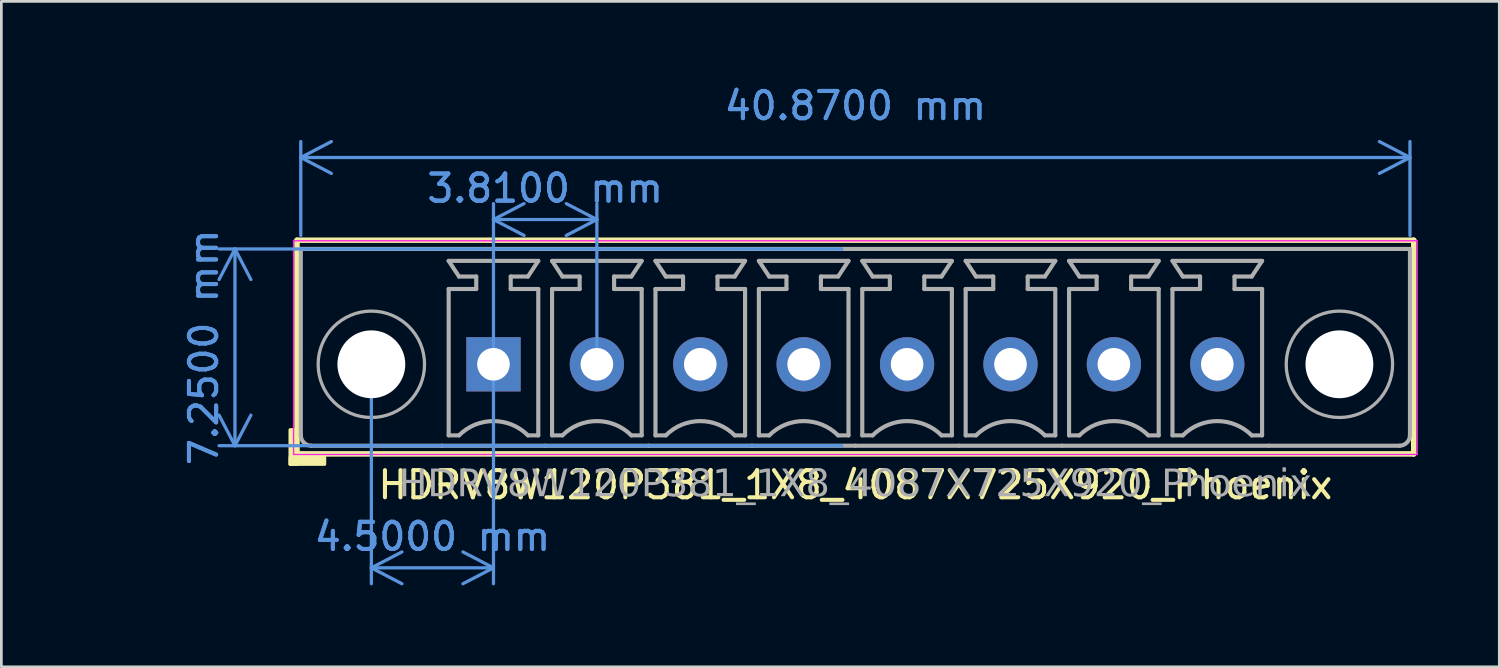
<source format=kicad_pcb>
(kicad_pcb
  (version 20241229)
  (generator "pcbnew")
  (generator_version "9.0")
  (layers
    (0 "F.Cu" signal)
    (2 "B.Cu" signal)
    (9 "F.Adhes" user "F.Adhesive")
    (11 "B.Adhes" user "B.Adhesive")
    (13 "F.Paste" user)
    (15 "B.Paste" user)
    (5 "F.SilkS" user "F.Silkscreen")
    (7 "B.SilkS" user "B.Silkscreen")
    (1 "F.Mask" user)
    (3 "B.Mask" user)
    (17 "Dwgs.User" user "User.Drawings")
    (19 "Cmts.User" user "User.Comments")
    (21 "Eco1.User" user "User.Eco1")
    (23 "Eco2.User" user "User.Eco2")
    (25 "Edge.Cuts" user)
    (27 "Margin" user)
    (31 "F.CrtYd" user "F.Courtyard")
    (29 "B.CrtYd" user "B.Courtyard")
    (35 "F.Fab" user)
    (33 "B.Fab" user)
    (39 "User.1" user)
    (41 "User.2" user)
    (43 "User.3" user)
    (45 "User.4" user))
  (footprint "HDRV8W120P381_1X8_4087X725X920_Phoenix"
    (layer "F.Cu")
    (at 28.468 10.373)
    (property "Reference" "HDRV8W120P381_1X8_4087X725X920_Phoenix" (at 0 4.445 0) (layer "F.SilkS") (effects (font (size 1 1) (thickness 0.15))))
    (attr through_hole)
    (fp_line (start -20.574 -4.572) (end -20.574 3.302) (stroke (width 0.203) (type solid)) (layer "F.SilkS"))
    (fp_line (start -20.574 3.302) (end 20.574 3.302) (stroke (width 0.203) (type solid)) (layer "F.SilkS"))
    (fp_line (start 20.574 -4.572) (end -20.574 -4.572) (stroke (width 0.203) (type solid)) (layer "F.SilkS"))
    (fp_line (start 20.574 -4.572) (end 20.574 3.302) (stroke (width 0.203) (type solid)) (layer "F.SilkS"))
    (fp_rect (start -20.574 2.413) (end -20.828 3.683) (stroke (width 0.12) (type solid)) (fill yes) (layer "F.SilkS"))
    (fp_rect (start -19.558 3.683) (end -20.828 3.429) (stroke (width 0.12) (type solid)) (fill yes) (layer "F.SilkS"))
    (fp_line (start -20.701 3.322) (end -20.701 -4.552) (stroke (width 0.05) (type solid)) (layer "F.CrtYd"))
    (fp_line (start 20.701 -4.552) (end -20.701 -4.552) (stroke (width 0.05) (type solid)) (layer "F.CrtYd"))
    (fp_line (start 20.701 3.322) (end -20.701 3.322) (stroke (width 0.05) (type solid)) (layer "F.CrtYd"))
    (fp_line (start 20.701 3.322) (end 20.701 -4.552) (stroke (width 0.05) (type solid)) (layer "F.CrtYd"))
    (fp_line (start -20.435 -4.25) (end -20.435 2.6) (stroke (width 0.152) (type solid)) (layer "F.Fab"))
    (fp_line (start -20.435 -4.25) (end -15.24 -4.25) (stroke (width 0.152) (type solid)) (layer "F.Fab"))
    (fp_line (start -15.24 3) (end -20.054 3) (stroke (width 0.152) (type solid)) (layer "F.Fab"))
    (fp_line (start -14.986 -3.81) (end -11.684 -3.81) (stroke (width 0.152) (type default)) (layer "F.Fab"))
    (fp_line (start -14.986 -2.774) (end -13.97 -2.774) (stroke (width 0.152) (type default)) (layer "F.Fab"))
    (fp_line (start -14.986 2.619) (end -14.986 -2.774) (stroke (width 0.152) (type default)) (layer "F.Fab"))
    (fp_line (start -14.605 -3.234) (end -14.986 -3.81) (stroke (width 0.152) (type default)) (layer "F.Fab"))
    (fp_line (start -14.605 2.619) (end -14.986 2.619) (stroke (width 0.152) (type default)) (layer "F.Fab"))
    (fp_line (start -13.97 -3.234) (end -14.605 -3.234) (stroke (width 0.152) (type default)) (layer "F.Fab"))
    (fp_line (start -13.97 -2.774) (end -13.97 -3.234) (stroke (width 0.152) (type default)) (layer "F.Fab"))
    (fp_line (start -12.7 -3.234) (end -12.065 -3.234) (stroke (width 0.152) (type default)) (layer "F.Fab"))
    (fp_line (start -12.7 -2.774) (end -12.7 -3.234) (stroke (width 0.152) (type default)) (layer "F.Fab"))
    (fp_line (start -12.065 -3.234) (end -11.684 -3.81) (stroke (width 0.152) (type default)) (layer "F.Fab"))
    (fp_line (start -12.065 2.619) (end -11.684 2.619) (stroke (width 0.152) (type default)) (layer "F.Fab"))
    (fp_line (start -11.684 -2.774) (end -12.7 -2.774) (stroke (width 0.152) (type default)) (layer "F.Fab"))
    (fp_line (start -11.684 2.619) (end -11.684 -2.774) (stroke (width 0.152) (type default)) (layer "F.Fab"))
    (fp_line (start -11.43 -4.25) (end -15.24 -4.25) (stroke (width 0.152) (type solid)) (layer "F.Fab"))
    (fp_line (start -11.43 -4.25) (end -7.62 -4.25) (stroke (width 0.152) (type solid)) (layer "F.Fab"))
    (fp_line (start -11.43 3) (end -15.24 3) (stroke (width 0.152) (type solid)) (layer "F.Fab"))
    (fp_line (start -11.43 3) (end -7.62 3) (stroke (width 0.152) (type solid)) (layer "F.Fab"))
    (fp_line (start -11.176 -2.774) (end -10.16 -2.774) (stroke (width 0.152) (type default)) (layer "F.Fab"))
    (fp_line (start -11.176 2.619) (end -11.176 -2.774) (stroke (width 0.152) (type default)) (layer "F.Fab"))
    (fp_line (start -10.795 -3.234) (end -11.176 -3.81) (stroke (width 0.152) (type default)) (layer "F.Fab"))
    (fp_line (start -10.795 2.619) (end -11.176 2.619) (stroke (width 0.152) (type default)) (layer "F.Fab"))
    (fp_line (start -10.16 -3.234) (end -10.795 -3.234) (stroke (width 0.152) (type default)) (layer "F.Fab"))
    (fp_line (start -10.16 -2.774) (end -10.16 -3.234) (stroke (width 0.152) (type default)) (layer "F.Fab"))
    (fp_line (start -8.89 -3.234) (end -8.255 -3.234) (stroke (width 0.152) (type default)) (layer "F.Fab"))
    (fp_line (start -8.89 -2.774) (end -8.89 -3.234) (stroke (width 0.152) (type default)) (layer "F.Fab"))
    (fp_line (start -8.255 -3.234) (end -7.874 -3.81) (stroke (width 0.152) (type default)) (layer "F.Fab"))
    (fp_line (start -8.255 2.619) (end -7.874 2.619) (stroke (width 0.152) (type default)) (layer "F.Fab"))
    (fp_line (start -7.874 -3.81) (end -11.176 -3.81) (stroke (width 0.152) (type default)) (layer "F.Fab"))
    (fp_line (start -7.874 -2.774) (end -8.89 -2.774) (stroke (width 0.152) (type default)) (layer "F.Fab"))
    (fp_line (start -7.874 2.619) (end -7.874 -2.774) (stroke (width 0.152) (type default)) (layer "F.Fab"))
    (fp_line (start -7.62 -4.25) (end -3.81 -4.25) (stroke (width 0.152) (type solid)) (layer "F.Fab"))
    (fp_line (start -7.62 3) (end -3.81 3) (stroke (width 0.152) (type solid)) (layer "F.Fab"))
    (fp_line (start -7.366 -2.774) (end -6.35 -2.774) (stroke (width 0.152) (type default)) (layer "F.Fab"))
    (fp_line (start -7.366 2.619) (end -7.366 -2.774) (stroke (width 0.152) (type default)) (layer "F.Fab"))
    (fp_line (start -6.985 -3.234) (end -7.366 -3.81) (stroke (width 0.152) (type default)) (layer "F.Fab"))
    (fp_line (start -6.985 2.619) (end -7.366 2.619) (stroke (width 0.152) (type default)) (layer "F.Fab"))
    (fp_line (start -6.35 -3.234) (end -6.985 -3.234) (stroke (width 0.152) (type default)) (layer "F.Fab"))
    (fp_line (start -6.35 -2.774) (end -6.35 -3.234) (stroke (width 0.152) (type default)) (layer "F.Fab"))
    (fp_line (start -5.08 -3.234) (end -4.445 -3.234) (stroke (width 0.152) (type default)) (layer "F.Fab"))
    (fp_line (start -5.08 -2.774) (end -5.08 -3.234) (stroke (width 0.152) (type default)) (layer "F.Fab"))
    (fp_line (start -4.445 -3.234) (end -4.064 -3.81) (stroke (width 0.152) (type default)) (layer "F.Fab"))
    (fp_line (start -4.445 2.619) (end -4.064 2.619) (stroke (width 0.152) (type default)) (layer "F.Fab"))
    (fp_line (start -4.064 -3.81) (end -7.366 -3.81) (stroke (width 0.152) (type default)) (layer "F.Fab"))
    (fp_line (start -4.064 -2.774) (end -5.08 -2.774) (stroke (width 0.152) (type default)) (layer "F.Fab"))
    (fp_line (start -4.064 2.619) (end -4.064 -2.774) (stroke (width 0.152) (type default)) (layer "F.Fab"))
    (fp_line (start -3.81 -4.25) (end 0 -4.25) (stroke (width 0.152) (type solid)) (layer "F.Fab"))
    (fp_line (start -3.81 3) (end 0 3) (stroke (width 0.152) (type solid)) (layer "F.Fab"))
    (fp_line (start -3.556 -2.774) (end -2.54 -2.774) (stroke (width 0.152) (type default)) (layer "F.Fab"))
    (fp_line (start -3.556 2.619) (end -3.556 -2.774) (stroke (width 0.152) (type default)) (layer "F.Fab"))
    (fp_line (start -3.175 -3.234) (end -3.556 -3.81) (stroke (width 0.152) (type default)) (layer "F.Fab"))
    (fp_line (start -3.175 2.619) (end -3.556 2.619) (stroke (width 0.152) (type default)) (layer "F.Fab"))
    (fp_line (start -2.54 -3.234) (end -3.175 -3.234) (stroke (width 0.152) (type default)) (layer "F.Fab"))
    (fp_line (start -2.54 -2.774) (end -2.54 -3.234) (stroke (width 0.152) (type default)) (layer "F.Fab"))
    (fp_line (start -1.27 -3.234) (end -0.635 -3.234) (stroke (width 0.152) (type default)) (layer "F.Fab"))
    (fp_line (start -1.27 -2.774) (end -1.27 -3.234) (stroke (width 0.152) (type default)) (layer "F.Fab"))
    (fp_line (start -0.635 -3.234) (end -0.254 -3.81) (stroke (width 0.152) (type default)) (layer "F.Fab"))
    (fp_line (start -0.635 2.619) (end -0.254 2.619) (stroke (width 0.152) (type default)) (layer "F.Fab"))
    (fp_line (start -0.254 -3.81) (end -3.556 -3.81) (stroke (width 0.152) (type default)) (layer "F.Fab"))
    (fp_line (start -0.254 -2.774) (end -1.27 -2.774) (stroke (width 0.152) (type default)) (layer "F.Fab"))
    (fp_line (start -0.254 2.619) (end -0.254 -2.774) (stroke (width 0.152) (type default)) (layer "F.Fab"))
    (fp_line (start 0 -4.25) (end 3.81 -4.25) (stroke (width 0.152) (type solid)) (layer "F.Fab"))
    (fp_line (start 0 3) (end 3.81 3) (stroke (width 0.152) (type solid)) (layer "F.Fab"))
    (fp_line (start 0.254 -2.774) (end 1.27 -2.774) (stroke (width 0.152) (type default)) (layer "F.Fab"))
    (fp_line (start 0.254 2.619) (end 0.254 -2.774) (stroke (width 0.152) (type default)) (layer "F.Fab"))
    (fp_line (start 0.635 -3.234) (end 0.254 -3.81) (stroke (width 0.152) (type default)) (layer "F.Fab"))
    (fp_line (start 0.635 2.619) (end 0.254 2.619) (stroke (width 0.152) (type default)) (layer "F.Fab"))
    (fp_line (start 1.27 -3.234) (end 0.635 -3.234) (stroke (width 0.152) (type default)) (layer "F.Fab"))
    (fp_line (start 1.27 -2.774) (end 1.27 -3.234) (stroke (width 0.152) (type default)) (layer "F.Fab"))
    (fp_line (start 2.54 -3.234) (end 3.175 -3.234) (stroke (width 0.152) (type default)) (layer "F.Fab"))
    (fp_line (start 2.54 -2.774) (end 2.54 -3.234) (stroke (width 0.152) (type default)) (layer "F.Fab"))
    (fp_line (start 3.175 -3.234) (end 3.556 -3.81) (stroke (width 0.152) (type default)) (layer "F.Fab"))
    (fp_line (start 3.175 2.619) (end 3.556 2.619) (stroke (width 0.152) (type default)) (layer "F.Fab"))
    (fp_line (start 3.556 -3.81) (end 0.254 -3.81) (stroke (width 0.152) (type default)) (layer "F.Fab"))
    (fp_line (start 3.556 -2.774) (end 2.54 -2.774) (stroke (width 0.152) (type default)) (layer "F.Fab"))
    (fp_line (start 3.556 2.619) (end 3.556 -2.774) (stroke (width 0.152) (type default)) (layer "F.Fab"))
    (fp_line (start 3.81 -4.25) (end 7.62 -4.25) (stroke (width 0.152) (type solid)) (layer "F.Fab"))
    (fp_line (start 3.81 3) (end 7.62 3) (stroke (width 0.152) (type solid)) (layer "F.Fab"))
    (fp_line (start 4.064 -2.774) (end 5.08 -2.774) (stroke (width 0.152) (type default)) (layer "F.Fab"))
    (fp_line (start 4.064 2.619) (end 4.064 -2.774) (stroke (width 0.152) (type default)) (layer "F.Fab"))
    (fp_line (start 4.445 -3.234) (end 4.064 -3.81) (stroke (width 0.152) (type default)) (layer "F.Fab"))
    (fp_line (start 4.445 2.619) (end 4.064 2.619) (stroke (width 0.152) (type default)) (layer "F.Fab"))
    (fp_line (start 5.08 -3.234) (end 4.445 -3.234) (stroke (width 0.152) (type default)) (layer "F.Fab"))
    (fp_line (start 5.08 -2.774) (end 5.08 -3.234) (stroke (width 0.152) (type default)) (layer "F.Fab"))
    (fp_line (start 6.35 -3.234) (end 6.985 -3.234) (stroke (width 0.152) (type default)) (layer "F.Fab"))
    (fp_line (start 6.35 -2.774) (end 6.35 -3.234) (stroke (width 0.152) (type default)) (layer "F.Fab"))
    (fp_line (start 6.985 -3.234) (end 7.366 -3.81) (stroke (width 0.152) (type default)) (layer "F.Fab"))
    (fp_line (start 6.985 2.619) (end 7.366 2.619) (stroke (width 0.152) (type default)) (layer "F.Fab"))
    (fp_line (start 7.366 -3.81) (end 4.064 -3.81) (stroke (width 0.152) (type default)) (layer "F.Fab"))
    (fp_line (start 7.366 -2.774) (end 6.35 -2.774) (stroke (width 0.152) (type default)) (layer "F.Fab"))
    (fp_line (start 7.366 2.619) (end 7.366 -2.774) (stroke (width 0.152) (type default)) (layer "F.Fab"))
    (fp_line (start 7.62 -4.25) (end 15.24 -4.25) (stroke (width 0.152) (type solid)) (layer "F.Fab"))
    (fp_line (start 7.62 3) (end 15.24 3) (stroke (width 0.152) (type solid)) (layer "F.Fab"))
    (fp_line (start 7.874 -2.774) (end 8.89 -2.774) (stroke (width 0.152) (type default)) (layer "F.Fab"))
    (fp_line (start 7.874 2.619) (end 7.874 -2.774) (stroke (width 0.152) (type default)) (layer "F.Fab"))
    (fp_line (start 8.255 -3.234) (end 7.874 -3.81) (stroke (width 0.152) (type default)) (layer "F.Fab"))
    (fp_line (start 8.255 2.619) (end 7.874 2.619) (stroke (width 0.152) (type default)) (layer "F.Fab"))
    (fp_line (start 8.89 -3.234) (end 8.255 -3.234) (stroke (width 0.152) (type default)) (layer "F.Fab"))
    (fp_line (start 8.89 -2.774) (end 8.89 -3.234) (stroke (width 0.152) (type default)) (layer "F.Fab"))
    (fp_line (start 10.16 -3.234) (end 10.795 -3.234) (stroke (width 0.152) (type default)) (layer "F.Fab"))
    (fp_line (start 10.16 -2.774) (end 10.16 -3.234) (stroke (width 0.152) (type default)) (layer "F.Fab"))
    (fp_line (start 10.795 -3.234) (end 11.176 -3.81) (stroke (width 0.152) (type default)) (layer "F.Fab"))
    (fp_line (start 10.795 2.619) (end 11.176 2.619) (stroke (width 0.152) (type default)) (layer "F.Fab"))
    (fp_line (start 11.176 -3.81) (end 7.874 -3.81) (stroke (width 0.152) (type default)) (layer "F.Fab"))
    (fp_line (start 11.176 -2.774) (end 10.16 -2.774) (stroke (width 0.152) (type default)) (layer "F.Fab"))
    (fp_line (start 11.176 2.619) (end 11.176 -2.774) (stroke (width 0.152) (type default)) (layer "F.Fab"))
    (fp_line (start 11.684 -2.774) (end 12.7 -2.774) (stroke (width 0.152) (type default)) (layer "F.Fab"))
    (fp_line (start 11.684 2.619) (end 11.684 -2.774) (stroke (width 0.152) (type default)) (layer "F.Fab"))
    (fp_line (start 12.065 -3.234) (end 11.684 -3.81) (stroke (width 0.152) (type default)) (layer "F.Fab"))
    (fp_line (start 12.065 2.619) (end 11.684 2.619) (stroke (width 0.152) (type default)) (layer "F.Fab"))
    (fp_line (start 12.7 -3.234) (end 12.065 -3.234) (stroke (width 0.152) (type default)) (layer "F.Fab"))
    (fp_line (start 12.7 -2.774) (end 12.7 -3.234) (stroke (width 0.152) (type default)) (layer "F.Fab"))
    (fp_line (start 13.97 -3.234) (end 14.605 -3.234) (stroke (width 0.152) (type default)) (layer "F.Fab"))
    (fp_line (start 13.97 -2.774) (end 13.97 -3.234) (stroke (width 0.152) (type default)) (layer "F.Fab"))
    (fp_line (start 14.605 -3.234) (end 14.986 -3.81) (stroke (width 0.152) (type default)) (layer "F.Fab"))
    (fp_line (start 14.605 2.619) (end 14.986 2.619) (stroke (width 0.152) (type default)) (layer "F.Fab"))
    (fp_line (start 14.986 -3.81) (end 11.684 -3.81) (stroke (width 0.152) (type default)) (layer "F.Fab"))
    (fp_line (start 14.986 -2.774) (end 13.97 -2.774) (stroke (width 0.152) (type default)) (layer "F.Fab"))
    (fp_line (start 14.986 2.619) (end 14.986 -2.774) (stroke (width 0.152) (type default)) (layer "F.Fab"))
    (fp_line (start 15.24 3) (end 20.054 3) (stroke (width 0.152) (type solid)) (layer "F.Fab"))
    (fp_line (start 20.435 -4.25) (end 15.24 -4.25) (stroke (width 0.152) (type solid)) (layer "F.Fab"))
    (fp_line (start 20.435 -4.25) (end 20.435 2.6) (stroke (width 0.152) (type solid)) (layer "F.Fab"))
    (fp_rect (start -13.589 -0.254) (end -13.081 0.254) (stroke (width 0.152) (type solid)) (fill no) (layer "F.Fab"))
    (fp_rect (start -9.271 -0.254) (end -9.779 0.254) (stroke (width 0.152) (type solid)) (fill no) (layer "F.Fab"))
    (fp_rect (start -5.461 -0.254) (end -5.969 0.254) (stroke (width 0.152) (type solid)) (fill no) (layer "F.Fab"))
    (fp_rect (start -1.651 -0.254) (end -2.159 0.254) (stroke (width 0.152) (type solid)) (fill no) (layer "F.Fab"))
    (fp_rect (start 2.159 -0.254) (end 1.651 0.254) (stroke (width 0.152) (type solid)) (fill no) (layer "F.Fab"))
    (fp_rect (start 5.969 -0.254) (end 5.461 0.254) (stroke (width 0.152) (type solid)) (fill no) (layer "F.Fab"))
    (fp_rect (start 9.779 -0.254) (end 9.271 0.254) (stroke (width 0.152) (type solid)) (fill no) (layer "F.Fab"))
    (fp_rect (start 13.589 -0.254) (end 13.081 0.254) (stroke (width 0.152) (type solid)) (fill no) (layer "F.Fab"))
    (fp_arc (start -20.054 3) (mid -20.327342 2.878907) (end -20.435 2.6) (stroke (width 0.1524) (type solid)) (layer "F.Fab"))
    (fp_arc (start -14.605 2.619) (mid -13.335 2.092948) (end -12.065 2.619) (stroke (width 0.1524) (type default)) (layer "F.Fab"))
    (fp_arc (start -10.795 2.619) (mid -9.525 2.092948) (end -8.255 2.619) (stroke (width 0.1524) (type default)) (layer "F.Fab"))
    (fp_arc (start -6.985 2.619) (mid -5.715 2.092948) (end -4.445 2.619) (stroke (width 0.1524) (type default)) (layer "F.Fab"))
    (fp_arc (start -3.175 2.619) (mid -1.905 2.092948) (end -0.635 2.619) (stroke (width 0.1524) (type default)) (layer "F.Fab"))
    (fp_arc (start 0.635 2.619) (mid 1.905 2.092948) (end 3.175 2.619) (stroke (width 0.1524) (type default)) (layer "F.Fab"))
    (fp_arc (start 4.445 2.619) (mid 5.715 2.092948) (end 6.985 2.619) (stroke (width 0.1524) (type default)) (layer "F.Fab"))
    (fp_arc (start 8.255 2.619) (mid 9.525 2.092948) (end 10.795 2.619) (stroke (width 0.1524) (type default)) (layer "F.Fab"))
    (fp_arc (start 12.065 2.619) (mid 13.335 2.092948) (end 14.605 2.619) (stroke (width 0.1524) (type default)) (layer "F.Fab"))
    (fp_arc (start 20.435 2.6) (mid 20.327343 2.878908) (end 20.054 3) (stroke (width 0.1524) (type solid)) (layer "F.Fab"))
    (fp_circle (center -17.835 0) (end -15.875 0) (stroke (width 0.12) (type default)) (fill no) (layer "F.Fab"))
    (fp_circle (center 17.835 0) (end 15.875 0) (stroke (width 0.12) (type default)) (fill no) (layer "F.Fab"))
    (fp_text user "${REFERENCE}" (at 0 4.445 0) (layer "F.Fab") (effects (font (face "Tahoma") (size 1 1) (thickness 0.15))))
    (dimension (type aligned) (layer "Cmts.User") (pts (xy 15.133 10.373) (xy 10.633 10.373)) (height -7.5) (format (prefix "") (suffix "") (units 3) (units_format 1) (precision 4)) (style (thickness 0.12) (arrow_length 1.27) (text_position_mode 0) (arrow_direction outward) (extension_height 0.586) (extension_offset 0.5) (keep_text_aligned yes)) (gr_text "4.5000 mm" (at 12.883 16.723 0) (layer "Cmts.User") (effects (font (size 1 1) (thickness 0.15)))))
    (dimension (type aligned) (layer "Cmts.User") (pts (xy 28.468 13.373) (xy 28.468 6.123)) (height -22.86) (format (prefix "") (suffix "") (units 3) (units_format 1) (precision 4)) (style (thickness 0.12) (arrow_length 1.27) (text_position_mode 0) (arrow_direction outward) (extension_height 0.586) (extension_offset 0.5) (keep_text_aligned yes)) (gr_text "7.2500 mm" (at 4.458 9.748 90) (layer "Cmts.User") (effects (font (size 1 1) (thickness 0.15)))))
    (dimension (type aligned) (layer "Cmts.User") (pts (xy 15.133 10.373) (xy 18.943 10.373)) (height -5.334) (format (prefix "") (suffix "") (units 3) (units_format 1) (precision 4)) (style (thickness 0.12) (arrow_length 1.27) (text_position_mode 0) (arrow_direction outward) (extension_height 0.586) (extension_offset 0.5) (keep_text_aligned yes)) (gr_text "3.8100 mm" (at 17.038 3.889 0) (layer "Cmts.User") (effects (font (size 1 1) (thickness 0.15)))))
    (dimension (type aligned) (layer "Cmts.User") (pts (xy 8.033 6.123) (xy 48.903 6.123)) (height -3.37) (format (prefix "") (suffix "") (units 3) (units_format 1) (precision 4)) (style (thickness 0.12) (arrow_length 1.27) (text_position_mode 2) (arrow_direction outward) (extension_height 0.586) (extension_offset 0.5) (keep_text_aligned yes)) (gr_text "40.8700 mm" (at 28.468 0.848 0) (layer "Cmts.User") (effects (font (size 1 1) (thickness 0.15)))))
    (pad "" np_thru_hole circle (at -17.835 0) (size 2.5 2.5) (drill 2.5) (layers "*.Cu" "*.Mask"))
    (pad "" np_thru_hole circle (at 17.835 0) (size 2.5 2.5) (drill 2.5) (layers "*.Cu" "*.Mask"))
    (pad "1" thru_hole rect (at -13.335 0) (size 2 2) (drill 1.2) (layers "*.Cu" "*.Mask"))
    (pad "2" thru_hole circle (at -9.525 0) (size 2 2) (drill 1.2) (layers "*.Cu" "*.Mask"))
    (pad "3" thru_hole circle (at -5.715 0) (size 2 2) (drill 1.2) (layers "*.Cu" "*.Mask"))
    (pad "4" thru_hole circle (at -1.905 0) (size 2 2) (drill 1.2) (layers "*.Cu" "*.Mask"))
    (pad "5" thru_hole circle (at 1.905 0) (size 2 2) (drill 1.2) (layers "*.Cu" "*.Mask"))
    (pad "6" thru_hole circle (at 5.715 0) (size 2 2) (drill 1.2) (layers "*.Cu" "*.Mask"))
    (pad "7" thru_hole circle (at 9.525 0) (size 2 2) (drill 1.2) (layers "*.Cu" "*.Mask"))
    (pad "8" thru_hole circle (at 13.335 0) (size 2 2) (drill 1.2) (layers "*.Cu" "*.Mask")))
  (gr_rect
    (start -3 -3)
    (end 52.194 21.52)
    (stroke (width 0.1) (type default))
    (fill no)
    (layer "Edge.Cuts")))
</source>
